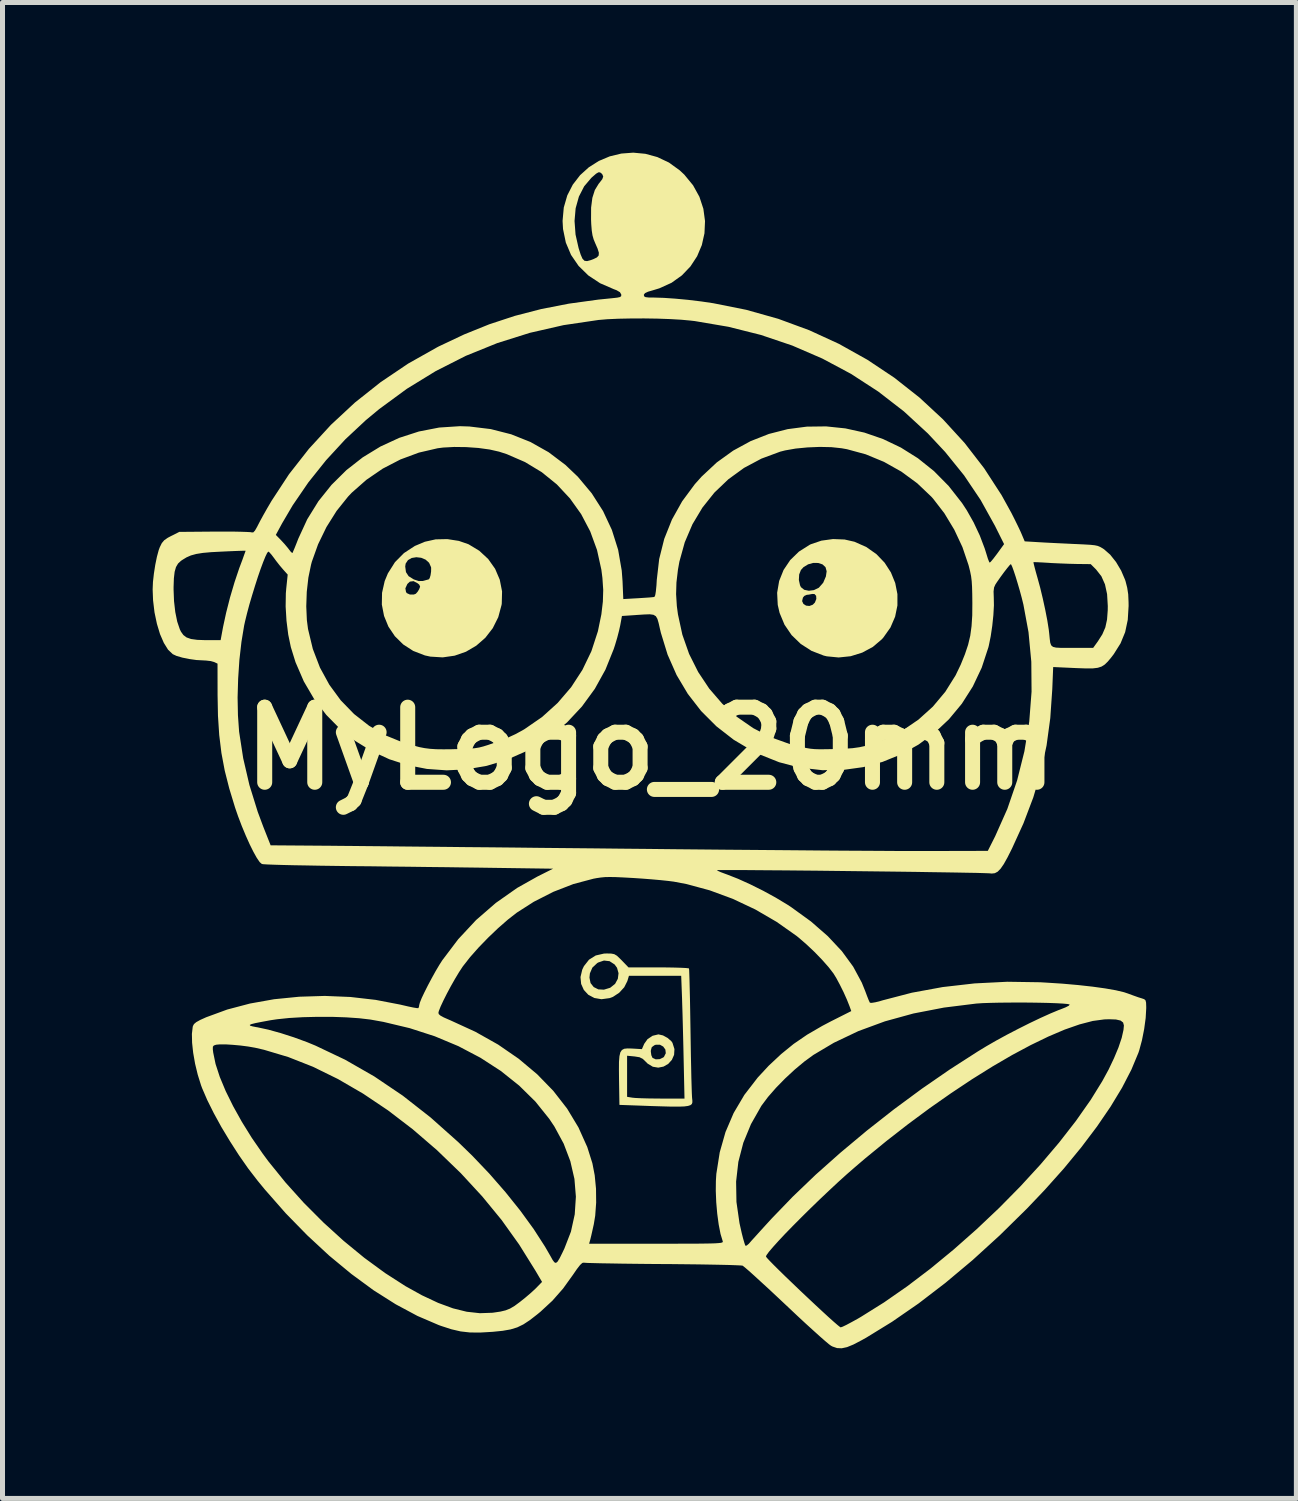
<source format=kicad_pcb>
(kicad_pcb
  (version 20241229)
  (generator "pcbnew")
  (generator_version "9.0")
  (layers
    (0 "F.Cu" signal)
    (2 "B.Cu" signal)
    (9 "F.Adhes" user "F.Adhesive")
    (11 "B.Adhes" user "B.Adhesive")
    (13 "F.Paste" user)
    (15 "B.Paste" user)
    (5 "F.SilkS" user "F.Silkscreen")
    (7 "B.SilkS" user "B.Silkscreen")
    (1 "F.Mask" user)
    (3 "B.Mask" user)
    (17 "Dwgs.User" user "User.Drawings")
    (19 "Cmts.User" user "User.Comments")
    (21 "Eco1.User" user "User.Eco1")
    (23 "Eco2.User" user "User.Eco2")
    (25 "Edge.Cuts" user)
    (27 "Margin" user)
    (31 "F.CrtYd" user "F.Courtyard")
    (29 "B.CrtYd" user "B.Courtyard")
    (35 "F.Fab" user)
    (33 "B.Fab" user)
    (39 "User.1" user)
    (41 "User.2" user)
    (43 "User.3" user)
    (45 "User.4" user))
  (footprint "MyLogo_20mm"
    (layer "F.Cu")
    (at 9.953 11.901)
    (property "Reference" "MyLogo_20mm" (at 0 0 0) (layer "F.SilkS") (effects (font (size 1.5 1.5) (thickness 0.3))))
    (attr board_only exclude_from_pos_files exclude_from_bom)
    (fp_poly (pts (xy 3.872 -4.172) (xy 4.069 -4.127) (xy 4.305 -4.022) (xy 4.507 -3.88) (xy 4.671 -3.709) (xy 4.797 -3.514) (xy 4.883 -3.303) (xy 4.927 -3.081) (xy 4.927 -2.854) (xy 4.881 -2.63) (xy 4.788 -2.414) (xy 4.646 -2.213) (xy 4.617 -2.18) (xy 4.436 -2.026) (xy 4.224 -1.912) (xy 3.993 -1.84) (xy 3.753 -1.815) (xy 3.516 -1.838) (xy 3.454 -1.853) (xy 3.211 -1.947) (xy 2.995 -2.086) (xy 2.813 -2.262) (xy 2.671 -2.47) (xy 2.573 -2.705) (xy 2.536 -2.865) (xy 2.532 -2.941) (xy 3.023 -2.941) (xy 3.049 -2.885) (xy 3.102 -2.851) (xy 3.169 -2.844) (xy 3.236 -2.869) (xy 3.278 -2.912) (xy 3.307 -2.985) (xy 3.303 -3.047) (xy 3.269 -3.083) (xy 3.225 -3.084) (xy 3.153 -3.07) (xy 3.117 -3.067) (xy 3.067 -3.045) (xy 3.039 -3.011) (xy 3.023 -2.941) (xy 2.532 -2.941) (xy 2.524 -3.108) (xy 2.564 -3.343) (xy 2.572 -3.363) (xy 2.958 -3.363) (xy 2.981 -3.258) (xy 3 -3.219) (xy 3.065 -3.167) (xy 3.157 -3.148) (xy 3.259 -3.161) (xy 3.354 -3.207) (xy 3.359 -3.211) (xy 3.444 -3.308) (xy 3.498 -3.434) (xy 3.513 -3.538) (xy 3.49 -3.62) (xy 3.43 -3.675) (xy 3.344 -3.703) (xy 3.245 -3.704) (xy 3.143 -3.676) (xy 3.051 -3.62) (xy 2.999 -3.563) (xy 2.964 -3.473) (xy 2.958 -3.363) (xy 2.572 -3.363) (xy 2.652 -3.563) (xy 2.785 -3.761) (xy 2.959 -3.93) (xy 3.17 -4.064) (xy 3.196 -4.077) (xy 3.408 -4.149) (xy 3.64 -4.181)) (stroke (width 0) (type solid)) (fill yes) (layer "F.SilkS"))
    (fp_poly (pts (xy -3.835 -4.144) (xy -3.642 -4.077) (xy -3.427 -3.947) (xy -3.249 -3.782) (xy -3.111 -3.587) (xy -3.018 -3.369) (xy -2.972 -3.135) (xy -2.978 -2.893) (xy -2.982 -2.865) (xy -3.048 -2.62) (xy -3.158 -2.4) (xy -3.306 -2.209) (xy -3.487 -2.051) (xy -3.693 -1.93) (xy -3.919 -1.851) (xy -4.158 -1.817) (xy -4.404 -1.832) (xy -4.514 -1.856) (xy -4.747 -1.946) (xy -4.948 -2.076) (xy -5.114 -2.24) (xy -5.243 -2.432) (xy -5.33 -2.645) (xy -5.374 -2.872) (xy -5.37 -3.107) (xy -5.35 -3.196) (xy -4.904 -3.196) (xy -4.891 -3.123) (xy -4.874 -3.1) (xy -4.812 -3.072) (xy -4.736 -3.072) (xy -4.695 -3.088) (xy -4.66 -3.127) (xy -4.629 -3.177) (xy -4.609 -3.23) (xy -4.626 -3.269) (xy -4.656 -3.295) (xy -4.74 -3.34) (xy -4.813 -3.331) (xy -4.864 -3.284) (xy -4.904 -3.196) (xy -5.35 -3.196) (xy -5.317 -3.342) (xy -5.253 -3.496) (xy -5.166 -3.633) (xy -4.907 -3.633) (xy -4.892 -3.52) (xy -4.839 -3.439) (xy -4.74 -3.377) (xy -4.734 -3.374) (xy -4.638 -3.342) (xy -4.556 -3.343) (xy -4.534 -3.349) (xy -4.473 -3.366) (xy -4.44 -3.374) (xy -4.44 -3.374) (xy -4.419 -3.398) (xy -4.401 -3.458) (xy -4.39 -3.533) (xy -4.389 -3.603) (xy -4.391 -3.619) (xy -4.43 -3.707) (xy -4.5 -3.77) (xy -4.589 -3.807) (xy -4.685 -3.818) (xy -4.777 -3.803) (xy -4.852 -3.76) (xy -4.898 -3.691) (xy -4.907 -3.633) (xy -5.166 -3.633) (xy -5.112 -3.719) (xy -4.932 -3.901) (xy -4.715 -4.043) (xy -4.515 -4.127) (xy -4.299 -4.175) (xy -4.066 -4.18)) (stroke (width 0) (type solid)) (fill yes) (layer "F.SilkS"))
    (fp_poly (pts (xy -0.79 4.101) (xy -0.73 4.113) (xy -0.677 4.144) (xy -0.615 4.203) (xy -0.58 4.238) (xy -0.446 4.377) (xy 0.152 4.377) (xy 0.329 4.378) (xy 0.486 4.381) (xy 0.615 4.385) (xy 0.708 4.39) (xy 0.757 4.396) (xy 0.762 4.398) (xy 0.766 4.43) (xy 0.769 4.511) (xy 0.773 4.637) (xy 0.777 4.801) (xy 0.782 4.998) (xy 0.786 5.222) (xy 0.79 5.467) (xy 0.793 5.646) (xy 0.797 5.907) (xy 0.801 6.154) (xy 0.806 6.381) (xy 0.81 6.582) (xy 0.815 6.75) (xy 0.819 6.879) (xy 0.823 6.963) (xy 0.825 6.99) (xy 0.83 7.037) (xy 0.83 7.076) (xy 0.819 7.107) (xy 0.792 7.129) (xy 0.743 7.145) (xy 0.669 7.155) (xy 0.563 7.159) (xy 0.421 7.159) (xy 0.238 7.154) (xy 0.008 7.147) (xy -0.209 7.139) (xy -0.627 7.124) (xy -0.635 6.625) (xy -0.637 6.42) (xy -0.636 6.264) (xy -0.627 6.152) (xy -0.609 6.075) (xy -0.598 6.058) (xy 0 6.058) (xy 0.01 6.132) (xy 0.033 6.183) (xy 0.033 6.184) (xy 0.098 6.214) (xy 0.179 6.21) (xy 0.251 6.175) (xy 0.263 6.164) (xy 0.299 6.092) (xy 0.291 6.019) (xy 0.248 5.959) (xy 0.182 5.922) (xy 0.101 5.922) (xy 0.072 5.932) (xy 0.019 5.971) (xy 0.001 6.034) (xy 0 6.058) (xy -0.598 6.058) (xy -0.578 6.028) (xy -0.532 6.003) (xy -0.468 5.996) (xy -0.382 5.998) (xy -0.365 5.999) (xy -0.178 6.01) (xy -0.132 5.904) (xy -0.065 5.81) (xy 0.036 5.743) (xy 0.149 5.716) (xy 0.155 5.716) (xy 0.243 5.736) (xy 0.336 5.787) (xy 0.412 5.854) (xy 0.433 5.885) (xy 0.472 6.009) (xy 0.465 6.124) (xy 0.421 6.224) (xy 0.348 6.305) (xy 0.254 6.359) (xy 0.149 6.38) (xy 0.04 6.362) (xy -0.063 6.3) (xy -0.098 6.265) (xy -0.16 6.205) (xy -0.226 6.172) (xy -0.32 6.157) (xy -0.328 6.156) (xy -0.474 6.142) (xy -0.474 6.553) (xy -0.474 6.963) (xy -0.369 6.98) (xy -0.306 6.986) (xy -0.2 6.991) (xy -0.061 6.995) (xy 0.097 6.997) (xy 0.204 6.998) (xy 0.673 6.998) (xy 0.656 6.225) (xy 0.651 5.992) (xy 0.645 5.749) (xy 0.639 5.511) (xy 0.633 5.291) (xy 0.627 5.104) (xy 0.624 4.998) (xy 0.607 4.545) (xy 0.085 4.545) (xy -0.437 4.545) (xy -0.469 4.651) (xy -0.531 4.774) (xy -0.632 4.884) (xy -0.755 4.965) (xy -0.824 4.991) (xy -0.986 5.013) (xy -1.129 4.988) (xy -1.249 4.924) (xy -1.338 4.828) (xy -1.392 4.708) (xy -1.404 4.581) (xy -1.226 4.581) (xy -1.204 4.69) (xy -1.141 4.77) (xy -1.049 4.816) (xy -0.937 4.822) (xy -0.815 4.785) (xy -0.808 4.781) (xy -0.714 4.706) (xy -0.659 4.605) (xy -0.645 4.493) (xy -0.675 4.385) (xy -0.723 4.319) (xy -0.824 4.253) (xy -0.936 4.24) (xy -1.053 4.28) (xy -1.072 4.292) (xy -1.168 4.382) (xy -1.217 4.496) (xy -1.226 4.581) (xy -1.404 4.581) (xy -1.405 4.57) (xy -1.37 4.422) (xy -1.337 4.353) (xy -1.235 4.223) (xy -1.101 4.139) (xy -0.936 4.101) (xy -0.878 4.099)) (stroke (width 0) (type solid)) (fill yes) (layer "F.SilkS"))
    (fp_poly (pts (xy -0.108 -11.878) (xy 0.13 -11.813) (xy 0.361 -11.704) (xy 0.577 -11.548) (xy 0.669 -11.462) (xy 0.844 -11.249) (xy 0.971 -11.019) (xy 1.05 -10.779) (xy 1.083 -10.534) (xy 1.072 -10.29) (xy 1.019 -10.054) (xy 0.925 -9.831) (xy 0.792 -9.628) (xy 0.621 -9.449) (xy 0.414 -9.301) (xy 0.172 -9.191) (xy 0.051 -9.154) (xy -0.055 -9.123) (xy -0.115 -9.095) (xy -0.138 -9.066) (xy -0.139 -9.055) (xy -0.132 -9.029) (xy -0.104 -9.014) (xy -0.042 -9.007) (xy 0.063 -9.006) (xy 0.257 -9) (xy 0.49 -8.984) (xy 0.746 -8.96) (xy 1.01 -8.928) (xy 1.247 -8.893) (xy 1.907 -8.761) (xy 2.547 -8.581) (xy 3.166 -8.353) (xy 3.76 -8.08) (xy 4.327 -7.763) (xy 4.864 -7.405) (xy 5.369 -7.007) (xy 5.838 -6.572) (xy 6.269 -6.101) (xy 6.66 -5.595) (xy 7.008 -5.058) (xy 7.205 -4.701) (xy 7.271 -4.57) (xy 7.334 -4.442) (xy 7.386 -4.332) (xy 7.41 -4.277) (xy 7.47 -4.135) (xy 7.771 -4.117) (xy 7.914 -4.109) (xy 8.092 -4.1) (xy 8.283 -4.091) (xy 8.468 -4.082) (xy 8.5 -4.081) (xy 8.664 -4.073) (xy 8.783 -4.066) (xy 8.868 -4.057) (xy 8.929 -4.044) (xy 8.977 -4.024) (xy 9.024 -3.997) (xy 9.056 -3.976) (xy 9.178 -3.869) (xy 9.295 -3.722) (xy 9.397 -3.55) (xy 9.475 -3.368) (xy 9.485 -3.338) (xy 9.518 -3.209) (xy 9.538 -3.078) (xy 9.545 -2.922) (xy 9.546 -2.844) (xy 9.529 -2.566) (xy 9.477 -2.321) (xy 9.385 -2.097) (xy 9.249 -1.881) (xy 9.201 -1.818) (xy 9.132 -1.735) (xy 9.071 -1.675) (xy 9.007 -1.634) (xy 8.931 -1.609) (xy 8.832 -1.597) (xy 8.699 -1.596) (xy 8.524 -1.602) (xy 8.477 -1.604) (xy 8.039 -1.624) (xy 8.021 -1.181) (xy 7.981 -0.603) (xy 7.907 -0.058) (xy 7.795 0.465) (xy 7.642 0.98) (xy 7.446 1.497) (xy 7.217 2) (xy 7.127 2.179) (xy 7.052 2.313) (xy 6.988 2.406) (xy 6.93 2.465) (xy 6.873 2.495) (xy 6.811 2.502) (xy 6.772 2.498) (xy 6.73 2.496) (xy 6.639 2.493) (xy 6.503 2.489) (xy 6.325 2.486) (xy 6.111 2.482) (xy 5.866 2.478) (xy 5.594 2.474) (xy 5.299 2.469) (xy 4.987 2.465) (xy 4.661 2.461) (xy 4.327 2.457) (xy 3.989 2.453) (xy 3.652 2.449) (xy 3.321 2.445) (xy 2.999 2.442) (xy 2.692 2.439) (xy 2.405 2.437) (xy 2.141 2.435) (xy 1.906 2.433) (xy 1.704 2.432) (xy 1.54 2.432) (xy 1.418 2.432) (xy 1.343 2.433) (xy 1.32 2.435) (xy 1.339 2.448) (xy 1.399 2.475) (xy 1.49 2.509) (xy 1.526 2.522) (xy 1.743 2.607) (xy 1.988 2.718) (xy 2.245 2.846) (xy 2.497 2.984) (xy 2.728 3.123) (xy 2.807 3.175) (xy 3.199 3.459) (xy 3.535 3.752) (xy 3.817 4.053) (xy 4.043 4.362) (xy 4.215 4.681) (xy 4.283 4.849) (xy 4.321 4.951) (xy 4.353 5.032) (xy 4.375 5.079) (xy 4.378 5.083) (xy 4.412 5.086) (xy 4.486 5.074) (xy 4.585 5.049) (xy 4.632 5.035) (xy 5.215 4.883) (xy 5.831 4.77) (xy 6.469 4.697) (xy 7.122 4.664) (xy 7.779 4.674) (xy 7.882 4.68) (xy 8.223 4.702) (xy 8.539 4.73) (xy 8.827 4.762) (xy 9.079 4.797) (xy 9.29 4.834) (xy 9.454 4.873) (xy 9.529 4.898) (xy 9.638 4.938) (xy 9.739 4.974) (xy 9.807 4.995) (xy 9.857 5.012) (xy 9.884 5.036) (xy 9.895 5.081) (xy 9.898 5.164) (xy 9.898 5.194) (xy 9.887 5.388) (xy 9.857 5.609) (xy 9.813 5.832) (xy 9.759 6.032) (xy 9.742 6.083) (xy 9.602 6.419) (xy 9.416 6.779) (xy 9.186 7.159) (xy 8.914 7.557) (xy 8.602 7.97) (xy 8.254 8.393) (xy 7.87 8.823) (xy 7.514 9.197) (xy 6.972 9.73) (xy 6.428 10.226) (xy 5.885 10.681) (xy 5.349 11.092) (xy 4.821 11.457) (xy 4.307 11.773) (xy 4.214 11.825) (xy 4.05 11.911) (xy 3.921 11.964) (xy 3.814 11.987) (xy 3.721 11.983) (xy 3.63 11.952) (xy 3.6 11.936) (xy 3.559 11.906) (xy 3.483 11.842) (xy 3.377 11.749) (xy 3.245 11.63) (xy 3.092 11.491) (xy 2.924 11.335) (xy 2.746 11.167) (xy 2.698 11.122) (xy 2.519 10.954) (xy 2.351 10.797) (xy 2.198 10.657) (xy 2.066 10.536) (xy 1.959 10.44) (xy 1.881 10.373) (xy 1.838 10.339) (xy 1.832 10.336) (xy 1.794 10.332) (xy 1.706 10.328) (xy 1.572 10.323) (xy 1.399 10.319) (xy 1.19 10.315) (xy 0.953 10.311) (xy 0.691 10.308) (xy 0.411 10.305) (xy 0.239 10.304) (xy -0.049 10.302) (xy -0.321 10.299) (xy -0.572 10.296) (xy -0.797 10.292) (xy -0.99 10.289) (xy -1.145 10.285) (xy -1.259 10.282) (xy -1.325 10.278) (xy -1.34 10.276) (xy -1.369 10.282) (xy -1.414 10.324) (xy -1.477 10.405) (xy -1.554 10.517) (xy -1.754 10.795) (xy -1.966 11.036) (xy -2.206 11.258) (xy -2.267 11.308) (xy -2.416 11.424) (xy -2.545 11.509) (xy -2.668 11.569) (xy -2.802 11.61) (xy -2.961 11.638) (xy -3.159 11.658) (xy -3.174 11.659) (xy -3.413 11.673) (xy -3.615 11.671) (xy -3.8 11.65) (xy -3.985 11.607) (xy -4.188 11.541) (xy -4.238 11.523) (xy -4.662 11.341) (xy -5.097 11.108) (xy -5.539 10.828) (xy -5.983 10.502) (xy -6.427 10.135) (xy -6.865 9.729) (xy -7.296 9.288) (xy -7.713 8.813) (xy -7.86 8.634) (xy -8.044 8.395) (xy -8.229 8.13) (xy -8.409 7.85) (xy -8.58 7.566) (xy -8.733 7.287) (xy -8.863 7.026) (xy -8.964 6.792) (xy -8.986 6.733) (xy -9.052 6.522) (xy -9.105 6.303) (xy -9.143 6.086) (xy -9.151 6.015) (xy -8.751 6.015) (xy -8.743 6.08) (xy -8.696 6.307) (xy -8.612 6.565) (xy -8.494 6.848) (xy -8.345 7.15) (xy -8.17 7.464) (xy -7.972 7.783) (xy -7.753 8.1) (xy -7.637 8.257) (xy -7.299 8.674) (xy -6.933 9.081) (xy -6.543 9.472) (xy -6.138 9.84) (xy -5.725 10.179) (xy -5.31 10.483) (xy -4.901 10.746) (xy -4.573 10.928) (xy -4.249 11.08) (xy -3.953 11.189) (xy -3.678 11.257) (xy -3.416 11.286) (xy -3.161 11.277) (xy -3.005 11.254) (xy -2.901 11.229) (xy -2.813 11.194) (xy -2.723 11.141) (xy -2.615 11.061) (xy -2.506 10.974) (xy -2.397 10.881) (xy -2.309 10.8) (xy -2.292 10.783) (xy -2.173 10.661) (xy -2.303 10.44) (xy -2.631 9.914) (xy -2.982 9.423) (xy -3.367 8.954) (xy -3.795 8.49) (xy -3.801 8.484) (xy -4.272 8.029) (xy -4.756 7.612) (xy -5.25 7.234) (xy -5.749 6.899) (xy -6.25 6.608) (xy -6.749 6.363) (xy -7.244 6.168) (xy -7.729 6.023) (xy -7.907 5.982) (xy -8.044 5.958) (xy -8.198 5.938) (xy -8.353 5.924) (xy -8.495 5.915) (xy -8.611 5.915) (xy -8.685 5.922) (xy -8.685 5.922) (xy -8.73 5.937) (xy -8.75 5.962) (xy -8.751 6.015) (xy -9.151 6.015) (xy -9.165 5.883) (xy -9.169 5.706) (xy -9.153 5.567) (xy -9.148 5.548) (xy -9.136 5.526) (xy -8.013 5.526) (xy -8.006 5.541) (xy -7.96 5.555) (xy -7.88 5.571) (xy -7.859 5.574) (xy -7.642 5.621) (xy -7.393 5.69) (xy -7.129 5.775) (xy -6.867 5.871) (xy -6.7 5.94) (xy -6.107 6.222) (xy -5.526 6.555) (xy -4.957 6.939) (xy -4.398 7.377) (xy -3.847 7.868) (xy -3.568 8.139) (xy -3.227 8.497) (xy -2.905 8.866) (xy -2.607 9.238) (xy -2.341 9.604) (xy -2.114 9.956) (xy -2.006 10.143) (xy -1.962 10.222) (xy -1.927 10.269) (xy -1.896 10.282) (xy -1.863 10.256) (xy -1.821 10.187) (xy -1.804 10.153) (xy 2.3 10.153) (xy 2.32 10.181) (xy 2.375 10.24) (xy 2.46 10.327) (xy 2.57 10.436) (xy 2.698 10.561) (xy 2.84 10.697) (xy 2.989 10.84) (xy 3.141 10.983) (xy 3.289 11.122) (xy 3.428 11.251) (xy 3.552 11.365) (xy 3.657 11.459) (xy 3.736 11.527) (xy 3.783 11.564) (xy 3.794 11.569) (xy 3.832 11.556) (xy 3.909 11.519) (xy 4.014 11.463) (xy 4.139 11.394) (xy 4.205 11.355) (xy 4.659 11.071) (xy 5.122 10.749) (xy 5.588 10.395) (xy 6.053 10.012) (xy 6.511 9.607) (xy 6.956 9.186) (xy 7.382 8.754) (xy 7.784 8.316) (xy 8.156 7.878) (xy 8.493 7.445) (xy 8.79 7.022) (xy 9.02 6.65) (xy 9.147 6.417) (xy 9.255 6.189) (xy 9.344 5.976) (xy 9.408 5.785) (xy 9.444 5.625) (xy 9.452 5.537) (xy 9.436 5.478) (xy 9.385 5.439) (xy 9.294 5.418) (xy 9.157 5.413) (xy 9.061 5.416) (xy 8.831 5.447) (xy 8.566 5.516) (xy 8.268 5.62) (xy 7.942 5.759) (xy 7.591 5.929) (xy 7.217 6.129) (xy 6.826 6.357) (xy 6.419 6.611) (xy 6.001 6.889) (xy 5.574 7.188) (xy 5.143 7.507) (xy 4.71 7.844) (xy 4.28 8.196) (xy 4.081 8.366) (xy 3.917 8.509) (xy 3.741 8.668) (xy 3.558 8.839) (xy 3.371 9.016) (xy 3.186 9.195) (xy 3.007 9.372) (xy 2.839 9.541) (xy 2.685 9.699) (xy 2.552 9.841) (xy 2.442 9.963) (xy 2.36 10.059) (xy 2.312 10.125) (xy 2.3 10.153) (xy -1.804 10.153) (xy -1.765 10.074) (xy -1.726 9.992) (xy -1.596 9.657) (xy -1.52 9.311) (xy -1.497 8.959) (xy -1.526 8.604) (xy -1.608 8.249) (xy -1.741 7.899) (xy -1.926 7.557) (xy -2.029 7.403) (xy -2.306 7.058) (xy -2.63 6.739) (xy -2.997 6.446) (xy -3.403 6.183) (xy -3.844 5.951) (xy -4.317 5.753) (xy -4.818 5.591) (xy -5.342 5.466) (xy -5.604 5.419) (xy -5.826 5.393) (xy -6.086 5.375) (xy -6.37 5.365) (xy -6.664 5.365) (xy -6.954 5.372) (xy -7.226 5.388) (xy -7.466 5.413) (xy -7.594 5.432) (xy -7.773 5.465) (xy -7.9 5.49) (xy -7.979 5.51) (xy -8.013 5.526) (xy -9.136 5.526) (xy -9.127 5.509) (xy -9.082 5.471) (xy -9.003 5.427) (xy -8.883 5.373) (xy -8.629 5.28) (xy -4.243 5.28) (xy -4.238 5.309) (xy -4.205 5.339) (xy -4.138 5.376) (xy -4.027 5.425) (xy -4.001 5.436) (xy -3.506 5.663) (xy -3.051 5.919) (xy -2.639 6.203) (xy -2.271 6.512) (xy -1.948 6.844) (xy -1.672 7.199) (xy -1.446 7.574) (xy -1.269 7.968) (xy -1.167 8.292) (xy -1.121 8.531) (xy -1.095 8.799) (xy -1.092 9.076) (xy -1.111 9.338) (xy -1.139 9.508) (xy -1.166 9.629) (xy -1.19 9.736) (xy -1.209 9.813) (xy -1.215 9.835) (xy -1.233 9.898) (xy 0.111 9.898) (xy 0.42 9.898) (xy 0.677 9.897) (xy 0.888 9.897) (xy 1.057 9.895) (xy 1.188 9.893) (xy 1.286 9.89) (xy 1.355 9.885) (xy 1.401 9.88) (xy 1.427 9.872) (xy 1.438 9.864) (xy 1.438 9.853) (xy 1.437 9.849) (xy 1.393 9.703) (xy 1.356 9.514) (xy 1.327 9.299) (xy 1.307 9.07) (xy 1.298 8.841) (xy 1.3 8.656) (xy 1.704 8.656) (xy 1.711 9.064) (xy 1.772 9.488) (xy 1.817 9.688) (xy 1.844 9.794) (xy 1.869 9.88) (xy 1.886 9.931) (xy 1.889 9.937) (xy 1.915 9.935) (xy 1.959 9.898) (xy 1.973 9.882) (xy 2.013 9.836) (xy 2.084 9.758) (xy 2.178 9.654) (xy 2.289 9.532) (xy 2.409 9.401) (xy 2.422 9.387) (xy 2.836 8.958) (xy 3.294 8.519) (xy 3.79 8.078) (xy 4.314 7.64) (xy 4.859 7.212) (xy 5.416 6.801) (xy 5.977 6.414) (xy 6.534 6.056) (xy 6.705 5.952) (xy 6.896 5.842) (xy 7.11 5.725) (xy 7.337 5.607) (xy 7.566 5.492) (xy 7.784 5.388) (xy 7.981 5.299) (xy 8.144 5.231) (xy 8.18 5.218) (xy 8.288 5.175) (xy 8.352 5.142) (xy 8.368 5.12) (xy 8.365 5.117) (xy 8.323 5.108) (xy 8.233 5.1) (xy 8.104 5.093) (xy 7.943 5.087) (xy 7.76 5.083) (xy 7.561 5.08) (xy 7.356 5.079) (xy 7.152 5.08) (xy 6.957 5.082) (xy 6.781 5.086) (xy 6.63 5.091) (xy 6.513 5.099) (xy 6.508 5.099) (xy 5.857 5.18) (xy 5.247 5.298) (xy 4.677 5.455) (xy 4.147 5.65) (xy 3.657 5.883) (xy 3.25 6.125) (xy 3.069 6.257) (xy 2.876 6.418) (xy 2.683 6.597) (xy 2.501 6.783) (xy 2.342 6.965) (xy 2.218 7.13) (xy 2.207 7.146) (xy 2.001 7.509) (xy 1.848 7.881) (xy 1.749 8.262) (xy 1.704 8.656) (xy 1.3 8.656) (xy 1.301 8.627) (xy 1.309 8.502) (xy 1.377 8.071) (xy 1.492 7.667) (xy 1.655 7.286) (xy 1.869 6.924) (xy 2.136 6.578) (xy 2.355 6.342) (xy 2.604 6.109) (xy 2.855 5.905) (xy 3.124 5.721) (xy 3.425 5.546) (xy 3.598 5.455) (xy 4.005 5.25) (xy 3.971 5.155) (xy 3.919 5.024) (xy 3.852 4.874) (xy 3.777 4.723) (xy 3.705 4.589) (xy 3.649 4.498) (xy 3.551 4.371) (xy 3.421 4.224) (xy 3.27 4.068) (xy 3.111 3.918) (xy 2.956 3.784) (xy 2.913 3.749) (xy 2.516 3.469) (xy 2.088 3.22) (xy 1.639 3.008) (xy 1.178 2.838) (xy 0.717 2.713) (xy 0.46 2.664) (xy 0.351 2.65) (xy 0.2 2.634) (xy 0.021 2.618) (xy -0.17 2.603) (xy -0.35 2.591) (xy -0.548 2.58) (xy -0.701 2.573) (xy -0.819 2.571) (xy -0.915 2.573) (xy -0.999 2.581) (xy -1.081 2.593) (xy -1.145 2.605) (xy -1.545 2.711) (xy -1.947 2.867) (xy -2.338 3.066) (xy -2.677 3.283) (xy -2.854 3.421) (xy -3.049 3.591) (xy -3.248 3.781) (xy -3.439 3.978) (xy -3.61 4.171) (xy -3.748 4.347) (xy -3.76 4.363) (xy -3.832 4.473) (xy -3.912 4.606) (xy -3.995 4.752) (xy -4.074 4.9) (xy -4.144 5.039) (xy -4.2 5.159) (xy -4.235 5.248) (xy -4.243 5.28) (xy -8.629 5.28) (xy -8.463 5.219) (xy -8.008 5.099) (xy -7.526 5.013) (xy -7.025 4.963) (xy -6.514 4.947) (xy -6.002 4.968) (xy -5.498 5.026) (xy -5.009 5.12) (xy -4.975 5.128) (xy -4.85 5.157) (xy -4.745 5.179) (xy -4.672 5.191) (xy -4.643 5.191) (xy -4.63 5.154) (xy -4.628 5.133) (xy -4.614 5.08) (xy -4.578 4.99) (xy -4.522 4.872) (xy -4.454 4.737) (xy -4.378 4.594) (xy -4.3 4.453) (xy -4.224 4.325) (xy -4.165 4.233) (xy -3.848 3.814) (xy -3.491 3.431) (xy -3.097 3.089) (xy -2.67 2.789) (xy -2.266 2.562) (xy -1.953 2.405) (xy -3.158 2.388) (xy -3.425 2.384) (xy -3.738 2.38) (xy -4.084 2.375) (xy -4.454 2.371) (xy -4.836 2.366) (xy -5.221 2.362) (xy -5.596 2.357) (xy -5.952 2.354) (xy -6.036 2.353) (xy -6.338 2.349) (xy -6.625 2.345) (xy -6.891 2.34) (xy -7.131 2.336) (xy -7.341 2.331) (xy -7.515 2.326) (xy -7.648 2.321) (xy -7.736 2.316) (xy -7.772 2.311) (xy -7.815 2.273) (xy -7.872 2.19) (xy -7.94 2.068) (xy -8.015 1.917) (xy -8.093 1.743) (xy -8.172 1.553) (xy -8.247 1.356) (xy -8.306 1.185) (xy -8.422 0.804) (xy -8.513 0.446) (xy -8.579 0.094) (xy -8.623 -0.265) (xy -8.648 -0.648) (xy -8.655 -1.016) (xy -8.256 -1.016) (xy -8.249 -0.659) (xy -8.226 -0.336) (xy -8.224 -0.321) (xy -8.144 0.199) (xy -8.02 0.733) (xy -7.854 1.268) (xy -7.745 1.561) (xy -7.596 1.938) (xy -6.537 1.946) (xy -6.394 1.947) (xy -6.198 1.949) (xy -5.954 1.951) (xy -5.665 1.954) (xy -5.335 1.957) (xy -4.968 1.961) (xy -4.567 1.965) (xy -4.137 1.969) (xy -3.68 1.974) (xy -3.201 1.978) (xy -2.703 1.983) (xy -2.19 1.989) (xy -1.665 1.994) (xy -1.133 1.999) (xy -0.599 2.005) (xy -0.06 2.01) (xy 0.477 2.016) (xy 1.008 2.021) (xy 1.529 2.026) (xy 2.037 2.03) (xy 2.527 2.034) (xy 2.996 2.038) (xy 3.44 2.042) (xy 3.854 2.045) (xy 4.236 2.047) (xy 4.581 2.049) (xy 4.885 2.051) (xy 5.145 2.052) (xy 5.356 2.052) (xy 5.507 2.052) (xy 6.733 2.049) (xy 6.88 1.757) (xy 7.123 1.211) (xy 7.318 0.643) (xy 7.464 0.06) (xy 7.561 -0.534) (xy 7.607 -1.132) (xy 7.602 -1.73) (xy 7.546 -2.321) (xy 7.444 -2.872) (xy 7.411 -3.006) (xy 7.372 -3.15) (xy 7.33 -3.294) (xy 7.289 -3.429) (xy 7.251 -3.544) (xy 7.22 -3.629) (xy 7.198 -3.675) (xy 7.193 -3.68) (xy 7.169 -3.659) (xy 7.122 -3.602) (xy 7.059 -3.521) (xy 6.988 -3.424) (xy 6.918 -3.324) (xy 6.884 -3.272) (xy 6.858 -3.214) (xy 6.848 -3.134) (xy 6.852 -3.017) (xy 6.855 -2.856) (xy 6.844 -2.66) (xy 6.822 -2.448) (xy 6.791 -2.239) (xy 6.753 -2.052) (xy 6.744 -2.016) (xy 6.611 -1.611) (xy 6.433 -1.235) (xy 6.214 -0.891) (xy 5.957 -0.581) (xy 5.666 -0.307) (xy 5.346 -0.073) (xy 4.999 0.121) (xy 4.63 0.271) (xy 4.243 0.376) (xy 3.84 0.432) (xy 3.426 0.437) (xy 3.005 0.389) (xy 2.953 0.38) (xy 2.564 0.278) (xy 2.173 0.122) (xy 2.036 0.055) (xy 1.656 -0.171) (xy 1.311 -0.439) (xy 1.005 -0.745) (xy 0.739 -1.088) (xy 0.515 -1.464) (xy 0.335 -1.872) (xy 0.201 -2.308) (xy 0.183 -2.384) (xy 0.156 -2.503) (xy 0.132 -2.586) (xy 0.101 -2.639) (xy 0.053 -2.668) (xy -0.021 -2.678) (xy -0.131 -2.674) (xy -0.286 -2.664) (xy -0.295 -2.663) (xy -0.577 -2.644) (xy -0.611 -2.458) (xy -0.635 -2.35) (xy -0.671 -2.211) (xy -0.715 -2.063) (xy -0.742 -1.981) (xy -0.907 -1.571) (xy -1.119 -1.188) (xy -1.376 -0.836) (xy -1.673 -0.518) (xy -2.007 -0.239) (xy -2.376 -0.002) (xy -2.483 0.055) (xy -2.878 0.229) (xy -3.278 0.35) (xy -3.68 0.42) (xy -4.079 0.44) (xy -4.472 0.412) (xy -4.854 0.338) (xy -5.223 0.219) (xy -5.575 0.057) (xy -5.904 -0.146) (xy -6.209 -0.388) (xy -6.485 -0.669) (xy -6.727 -0.985) (xy -6.933 -1.337) (xy -7.099 -1.721) (xy -7.192 -2.021) (xy -7.244 -2.271) (xy -7.279 -2.549) (xy -7.296 -2.831) (xy -7.296 -2.837) (xy -6.884 -2.837) (xy -6.872 -2.562) (xy -6.849 -2.384) (xy -6.753 -1.985) (xy -6.61 -1.612) (xy -6.423 -1.27) (xy -6.196 -0.96) (xy -5.93 -0.686) (xy -5.629 -0.451) (xy -5.296 -0.257) (xy -4.934 -0.109) (xy -4.628 -0.025) (xy -4.52 -0.004) (xy -4.411 0.01) (xy -4.289 0.018) (xy -4.14 0.02) (xy -3.949 0.018) (xy -3.931 0.017) (xy -3.755 0.013) (xy -3.622 0.007) (xy -3.518 -0.002) (xy -3.431 -0.016) (xy -3.348 -0.037) (xy -3.255 -0.066) (xy -3.22 -0.078) (xy -3.016 -0.15) (xy -2.85 -0.216) (xy -2.707 -0.282) (xy -2.572 -0.355) (xy -2.524 -0.383) (xy -2.173 -0.625) (xy -1.862 -0.906) (xy -1.592 -1.221) (xy -1.367 -1.567) (xy -1.187 -1.941) (xy -1.057 -2.34) (xy -0.988 -2.677) (xy -0.958 -2.932) (xy -0.951 -3.165) (xy -0.967 -3.403) (xy -0.988 -3.569) (xy -1.075 -3.963) (xy -1.211 -4.335) (xy -1.392 -4.679) (xy -1.616 -4.993) (xy -1.879 -5.274) (xy -2.179 -5.517) (xy -2.513 -5.719) (xy -2.877 -5.877) (xy -3.031 -5.927) (xy -3.22 -5.97) (xy -3.445 -6.001) (xy -3.687 -6.018) (xy -3.929 -6.021) (xy -4.151 -6.009) (xy -4.259 -5.995) (xy -4.634 -5.908) (xy -5.003 -5.771) (xy -5.356 -5.588) (xy -5.682 -5.365) (xy -5.974 -5.108) (xy -6.049 -5.029) (xy -6.278 -4.743) (xy -6.481 -4.42) (xy -6.648 -4.076) (xy -6.773 -3.727) (xy -6.789 -3.666) (xy -6.842 -3.41) (xy -6.874 -3.126) (xy -6.884 -2.837) (xy -7.296 -2.837) (xy -7.292 -3.096) (xy -7.284 -3.192) (xy -7.255 -3.471) (xy -7.343 -3.569) (xy -7.412 -3.65) (xy -7.489 -3.748) (xy -7.526 -3.799) (xy -7.58 -3.87) (xy -7.623 -3.918) (xy -7.64 -3.931) (xy -7.664 -3.906) (xy -7.699 -3.834) (xy -7.744 -3.724) (xy -7.796 -3.584) (xy -7.852 -3.421) (xy -7.909 -3.243) (xy -7.966 -3.058) (xy -8.02 -2.875) (xy -8.067 -2.699) (xy -8.106 -2.54) (xy -8.125 -2.454) (xy -8.179 -2.127) (xy -8.22 -1.767) (xy -8.245 -1.391) (xy -8.256 -1.016) (xy -8.655 -1.016) (xy -8.656 -1.062) (xy -8.657 -1.692) (xy -8.725 -1.724) (xy -8.792 -1.743) (xy -8.888 -1.754) (xy -8.949 -1.757) (xy -9.078 -1.764) (xy -9.221 -1.784) (xy -9.359 -1.812) (xy -9.476 -1.846) (xy -9.551 -1.881) (xy -9.645 -1.97) (xy -9.73 -2.107) (xy -9.806 -2.282) (xy -9.868 -2.488) (xy -9.916 -2.716) (xy -9.945 -2.958) (xy -9.953 -3.17) (xy -9.535 -3.17) (xy -9.526 -2.94) (xy -9.501 -2.722) (xy -9.462 -2.531) (xy -9.41 -2.377) (xy -9.387 -2.33) (xy -9.339 -2.263) (xy -9.275 -2.215) (xy -9.186 -2.184) (xy -9.062 -2.167) (xy -8.895 -2.161) (xy -8.851 -2.161) (xy -8.595 -2.161) (xy -8.546 -2.426) (xy -8.485 -2.708) (xy -8.407 -3.014) (xy -8.317 -3.319) (xy -8.223 -3.599) (xy -8.203 -3.652) (xy -8.159 -3.769) (xy -8.125 -3.865) (xy -8.102 -3.928) (xy -8.096 -3.948) (xy -8.124 -3.948) (xy -8.198 -3.946) (xy -8.309 -3.942) (xy -8.449 -3.936) (xy -8.574 -3.93) (xy -8.785 -3.919) (xy -8.952 -3.904) (xy -9.082 -3.883) (xy -9.188 -3.854) (xy -9.277 -3.815) (xy -9.362 -3.763) (xy -9.388 -3.745) (xy -9.446 -3.691) (xy -9.487 -3.621) (xy -9.514 -3.526) (xy -9.529 -3.396) (xy -9.535 -3.223) (xy -9.535 -3.17) (xy -9.953 -3.17) (xy -9.953 -3.178) (xy -9.947 -3.324) (xy -9.928 -3.492) (xy -9.901 -3.665) (xy -9.868 -3.827) (xy -9.832 -3.96) (xy -9.811 -4.017) (xy -9.77 -4.1) (xy -9.722 -4.157) (xy -9.652 -4.206) (xy -9.586 -4.241) (xy -9.539 -4.264) (xy -7.492 -4.264) (xy -7.39 -4.16) (xy -7.317 -4.081) (xy -7.25 -4.001) (xy -7.229 -3.973) (xy -7.189 -3.922) (xy -7.162 -3.902) (xy -7.159 -3.903) (xy -7.146 -3.934) (xy -7.116 -4.004) (xy -7.076 -4.104) (xy -7.043 -4.189) (xy -6.864 -4.577) (xy -6.641 -4.937) (xy -6.379 -5.264) (xy -6.082 -5.558) (xy -5.755 -5.814) (xy -5.401 -6.03) (xy -5.026 -6.203) (xy -4.634 -6.33) (xy -4.228 -6.409) (xy -3.814 -6.436) (xy -3.625 -6.43) (xy -3.198 -6.378) (xy -2.79 -6.274) (xy -2.404 -6.12) (xy -2.042 -5.916) (xy -1.708 -5.664) (xy -1.459 -5.427) (xy -1.181 -5.095) (xy -0.954 -4.74) (xy -0.778 -4.363) (xy -0.653 -3.967) (xy -0.581 -3.551) (xy -0.565 -3.338) (xy -0.55 -2.982) (xy -0.254 -2.999) (xy -0.129 -3.007) (xy -0.024 -3.014) (xy 0.048 -3.021) (xy 0.072 -3.025) (xy 0.087 -3.056) (xy 0.092 -3.081) (xy 0.505 -3.081) (xy 0.52 -2.842) (xy 0.542 -2.677) (xy 0.63 -2.271) (xy 0.765 -1.886) (xy 0.946 -1.525) (xy 1.167 -1.193) (xy 1.427 -0.892) (xy 1.721 -0.628) (xy 2.046 -0.403) (xy 2.398 -0.221) (xy 2.774 -0.086) (xy 2.877 -0.059) (xy 3.006 -0.028) (xy 3.105 -0.006) (xy 3.19 0.008) (xy 3.275 0.016) (xy 3.372 0.019) (xy 3.498 0.018) (xy 3.664 0.015) (xy 3.666 0.015) (xy 3.871 0.008) (xy 4.033 -0.003) (xy 4.168 -0.022) (xy 4.288 -0.048) (xy 4.299 -0.051) (xy 4.676 -0.18) (xy 5.028 -0.355) (xy 5.348 -0.574) (xy 5.635 -0.833) (xy 5.883 -1.129) (xy 6.089 -1.458) (xy 6.191 -1.67) (xy 6.276 -1.88) (xy 6.339 -2.068) (xy 6.382 -2.249) (xy 6.408 -2.44) (xy 6.422 -2.656) (xy 6.424 -2.9) (xy 6.422 -3.085) (xy 6.418 -3.228) (xy 6.411 -3.341) (xy 6.399 -3.438) (xy 6.38 -3.533) (xy 6.354 -3.637) (xy 6.346 -3.666) (xy 6.226 -4.02) (xy 6.063 -4.368) (xy 5.865 -4.696) (xy 5.64 -4.988) (xy 5.603 -5.029) (xy 5.323 -5.295) (xy 5.006 -5.528) (xy 4.659 -5.723) (xy 4.294 -5.874) (xy 3.919 -5.976) (xy 3.812 -5.995) (xy 3.608 -6.017) (xy 3.375 -6.022) (xy 3.131 -6.012) (xy 2.894 -5.989) (xy 2.683 -5.952) (xy 2.585 -5.927) (xy 2.21 -5.788) (xy 1.863 -5.603) (xy 1.55 -5.376) (xy 1.271 -5.11) (xy 1.031 -4.809) (xy 0.832 -4.477) (xy 0.678 -4.116) (xy 0.571 -3.73) (xy 0.542 -3.569) (xy 0.512 -3.313) (xy 0.505 -3.081) (xy 0.092 -3.081) (xy 0.101 -3.137) (xy 0.113 -3.26) (xy 0.119 -3.364) (xy 0.167 -3.781) (xy 0.268 -4.184) (xy 0.422 -4.57) (xy 0.626 -4.935) (xy 0.879 -5.277) (xy 1.013 -5.427) (xy 1.318 -5.712) (xy 1.646 -5.948) (xy 1.995 -6.138) (xy 2.359 -6.281) (xy 2.734 -6.377) (xy 3.116 -6.427) (xy 3.502 -6.432) (xy 3.887 -6.392) (xy 4.267 -6.308) (xy 4.638 -6.18) (xy 4.996 -6.009) (xy 5.337 -5.795) (xy 5.657 -5.539) (xy 5.951 -5.241) (xy 6.217 -4.902) (xy 6.312 -4.757) (xy 6.449 -4.515) (xy 6.573 -4.251) (xy 6.672 -3.99) (xy 6.707 -3.878) (xy 6.734 -3.79) (xy 6.758 -3.729) (xy 6.772 -3.709) (xy 6.783 -3.72) (xy 7.645 -3.72) (xy 7.649 -3.692) (xy 7.666 -3.623) (xy 7.693 -3.521) (xy 7.724 -3.412) (xy 7.779 -3.211) (xy 7.832 -2.99) (xy 7.881 -2.765) (xy 7.922 -2.553) (xy 7.951 -2.37) (xy 7.959 -2.3) (xy 7.97 -2.189) (xy 7.98 -2.11) (xy 7.999 -2.058) (xy 8.035 -2.027) (xy 8.096 -2.012) (xy 8.191 -2.007) (xy 8.328 -2.007) (xy 8.42 -2.007) (xy 8.838 -2.007) (xy 8.931 -2.136) (xy 9.021 -2.277) (xy 9.081 -2.416) (xy 9.115 -2.572) (xy 9.129 -2.759) (xy 9.13 -2.844) (xy 9.116 -3.081) (xy 9.074 -3.276) (xy 9.002 -3.438) (xy 8.896 -3.573) (xy 8.893 -3.576) (xy 8.789 -3.68) (xy 8.514 -3.683) (xy 8.356 -3.687) (xy 8.174 -3.694) (xy 8 -3.702) (xy 7.946 -3.706) (xy 7.825 -3.713) (xy 7.727 -3.718) (xy 7.663 -3.72) (xy 7.645 -3.72) (xy 6.783 -3.72) (xy 6.795 -3.731) (xy 6.842 -3.787) (xy 6.903 -3.867) (xy 6.924 -3.895) (xy 7.058 -4.08) (xy 6.876 -4.445) (xy 6.589 -4.962) (xy 6.259 -5.453) (xy 5.88 -5.922) (xy 5.536 -6.29) (xy 5.057 -6.731) (xy 4.544 -7.128) (xy 4 -7.481) (xy 3.427 -7.787) (xy 2.826 -8.047) (xy 2.199 -8.259) (xy 1.55 -8.422) (xy 0.879 -8.536) (xy 0.793 -8.546) (xy 0.608 -8.563) (xy 0.383 -8.576) (xy 0.131 -8.585) (xy -0.134 -8.589) (xy -0.398 -8.588) (xy -0.648 -8.583) (xy -0.869 -8.573) (xy -1.046 -8.558) (xy -1.743 -8.455) (xy -2.417 -8.301) (xy -3.068 -8.096) (xy -3.695 -7.842) (xy -4.297 -7.537) (xy -4.874 -7.183) (xy -5.425 -6.779) (xy -5.695 -6.555) (xy -6.103 -6.174) (xy -6.488 -5.756) (xy -6.842 -5.313) (xy -7.156 -4.854) (xy -7.367 -4.495) (xy -7.492 -4.264) (xy -9.539 -4.264) (xy -9.421 -4.324) (xy -8.719 -4.33) (xy -8.524 -4.33) (xy -8.347 -4.33) (xy -8.196 -4.327) (xy -8.077 -4.323) (xy -8 -4.319) (xy -7.973 -4.314) (xy -7.943 -4.314) (xy -7.909 -4.35) (xy -7.864 -4.429) (xy -7.852 -4.453) (xy -7.807 -4.54) (xy -7.742 -4.659) (xy -7.665 -4.795) (xy -7.584 -4.933) (xy -7.579 -4.942) (xy -7.229 -5.476) (xy -6.831 -5.984) (xy -6.391 -6.463) (xy -5.911 -6.909) (xy -5.396 -7.317) (xy -4.849 -7.686) (xy -4.274 -8.01) (xy -4.238 -8.029) (xy -3.73 -8.269) (xy -3.227 -8.472) (xy -2.717 -8.64) (xy -2.191 -8.776) (xy -1.638 -8.884) (xy -1.049 -8.965) (xy -0.772 -8.993) (xy -0.672 -9.004) (xy -0.616 -9.016) (xy -0.592 -9.035) (xy -0.59 -9.065) (xy -0.591 -9.068) (xy -0.617 -9.113) (xy -0.685 -9.153) (xy -0.739 -9.173) (xy -1.013 -9.292) (xy -1.249 -9.448) (xy -1.443 -9.638) (xy -1.594 -9.858) (xy -1.698 -10.104) (xy -1.754 -10.375) (xy -1.763 -10.536) (xy -1.524 -10.536) (xy -1.504 -10.265) (xy -1.443 -9.995) (xy -1.402 -9.866) (xy -1.366 -9.783) (xy -1.326 -9.741) (xy -1.274 -9.734) (xy -1.199 -9.754) (xy -1.144 -9.775) (xy -1.077 -9.808) (xy -1.042 -9.846) (xy -1.038 -9.902) (xy -1.064 -9.985) (xy -1.107 -10.083) (xy -1.142 -10.167) (xy -1.165 -10.248) (xy -1.18 -10.344) (xy -1.19 -10.469) (xy -1.194 -10.563) (xy -1.193 -10.803) (xy -1.168 -10.998) (xy -1.118 -11.155) (xy -1.042 -11.279) (xy -1.027 -11.297) (xy -0.969 -11.372) (xy -0.951 -11.425) (xy -0.97 -11.47) (xy -0.981 -11.482) (xy -1.014 -11.507) (xy -1.047 -11.508) (xy -1.093 -11.481) (xy -1.163 -11.42) (xy -1.188 -11.398) (xy -1.332 -11.228) (xy -1.437 -11.023) (xy -1.502 -10.79) (xy -1.524 -10.536) (xy -1.763 -10.536) (xy -1.763 -10.539) (xy -1.739 -10.805) (xy -1.669 -11.047) (xy -1.559 -11.262) (xy -1.413 -11.451) (xy -1.238 -11.609) (xy -1.039 -11.735) (xy -0.821 -11.827) (xy -0.589 -11.883) (xy -0.35 -11.901)) (stroke (width 0) (type solid)) (fill yes) (layer "F.SilkS")))
  (gr_rect
    (start -3 -3)
    (end 22.851 26.888)
    (stroke (width 0.1) (type default))
    (fill no)
    (layer "Edge.Cuts")))
</source>
